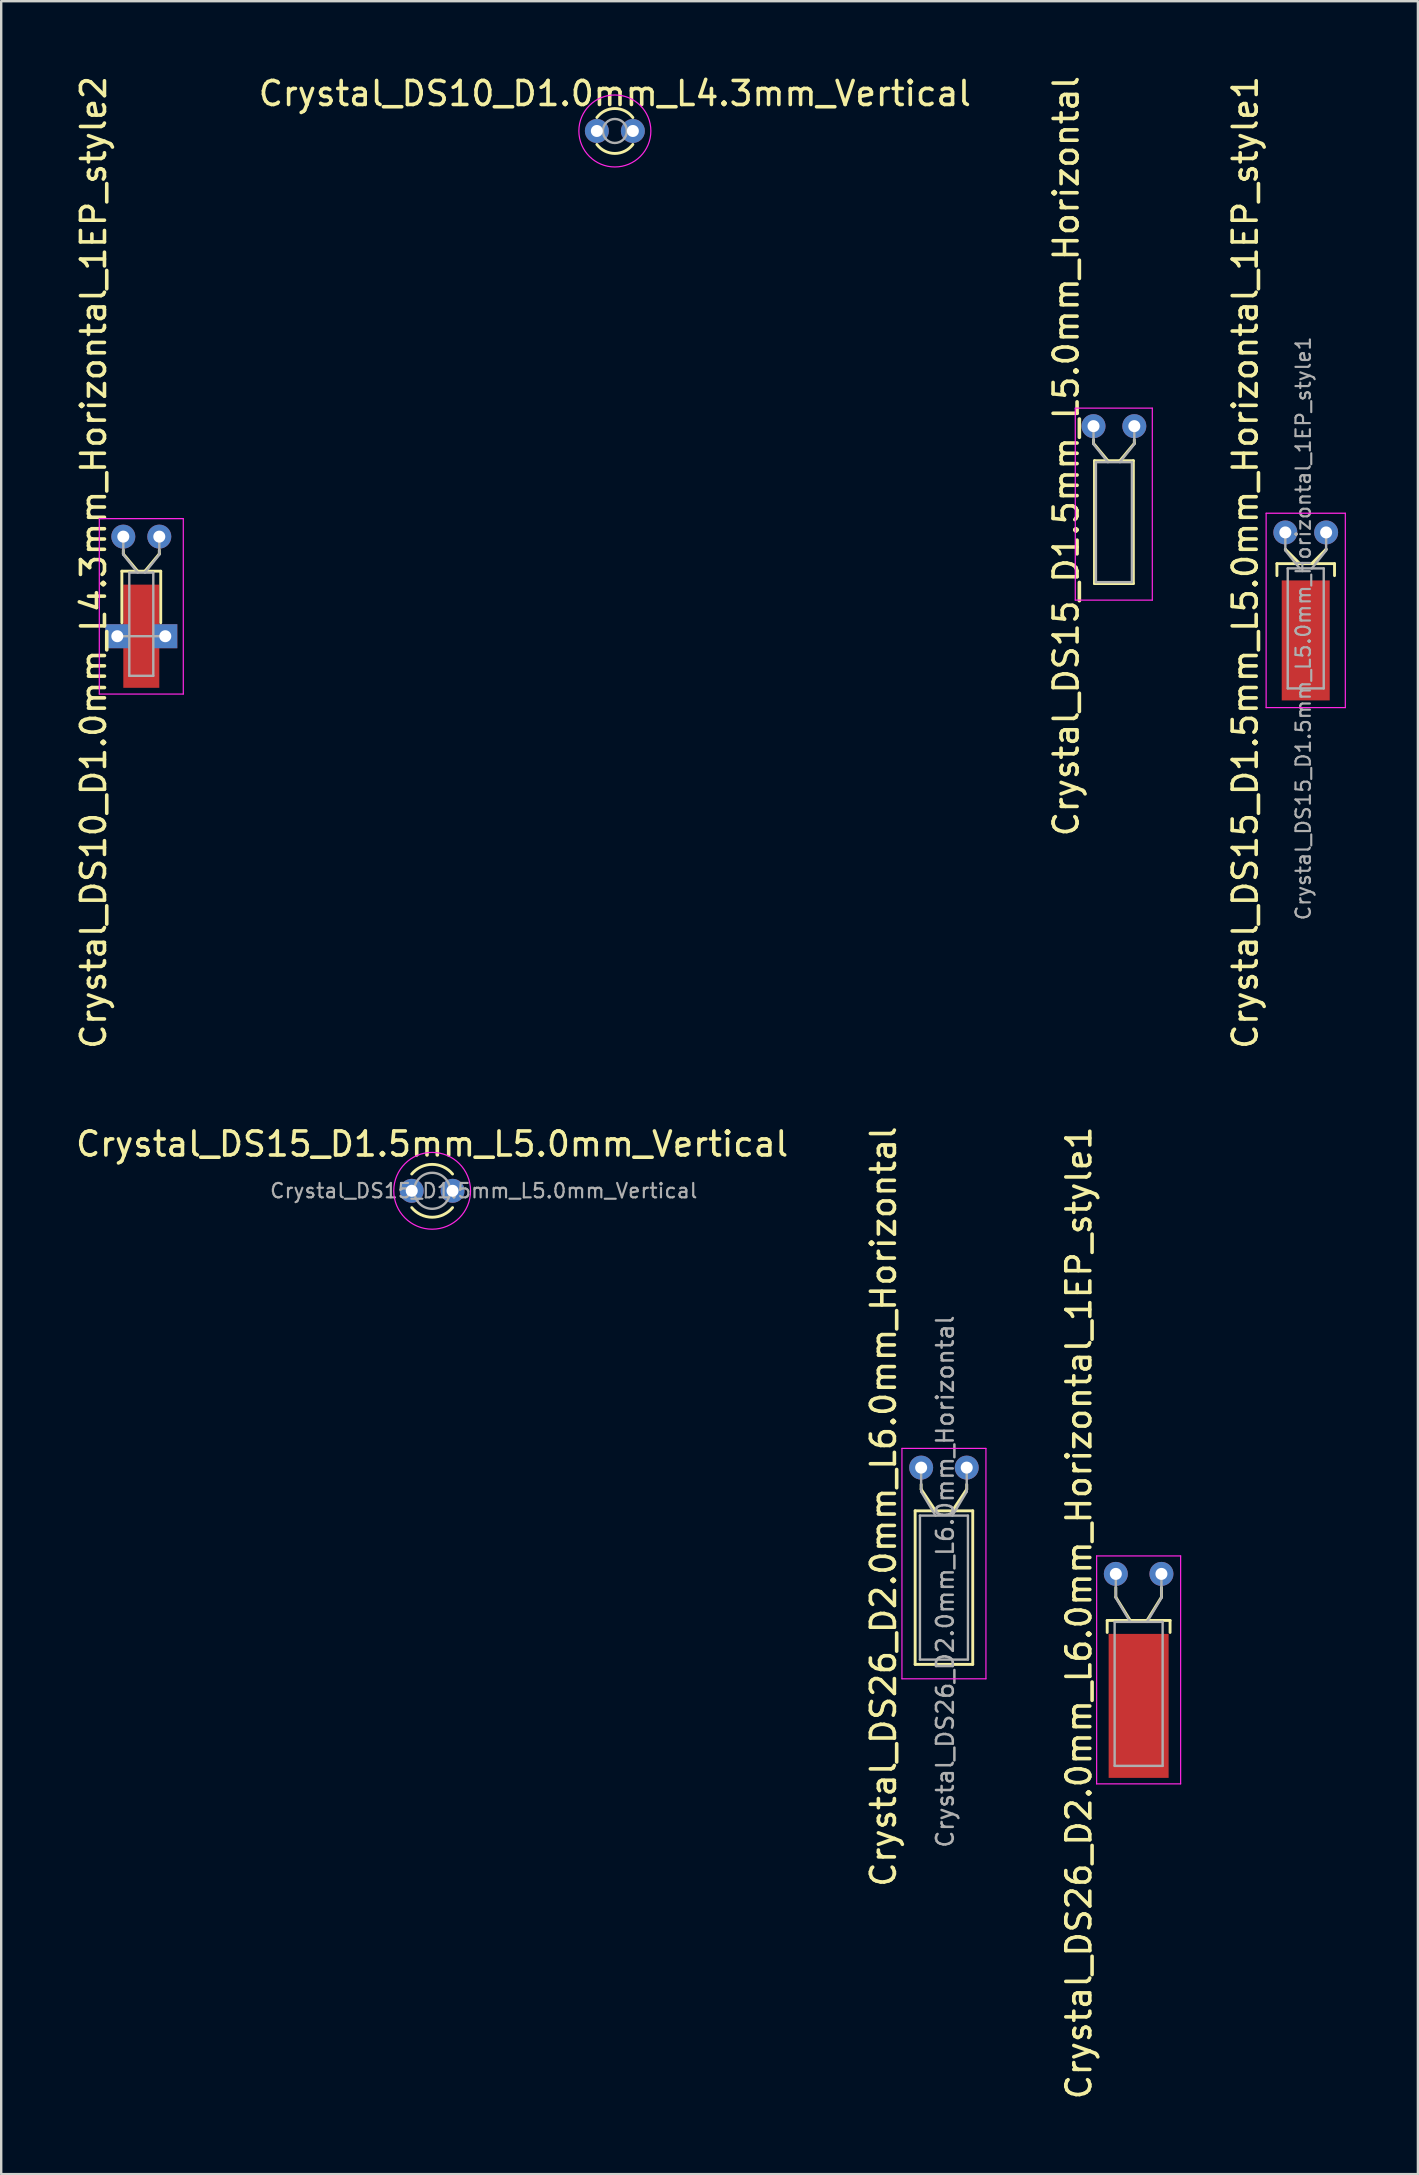
<source format=kicad_pcb>
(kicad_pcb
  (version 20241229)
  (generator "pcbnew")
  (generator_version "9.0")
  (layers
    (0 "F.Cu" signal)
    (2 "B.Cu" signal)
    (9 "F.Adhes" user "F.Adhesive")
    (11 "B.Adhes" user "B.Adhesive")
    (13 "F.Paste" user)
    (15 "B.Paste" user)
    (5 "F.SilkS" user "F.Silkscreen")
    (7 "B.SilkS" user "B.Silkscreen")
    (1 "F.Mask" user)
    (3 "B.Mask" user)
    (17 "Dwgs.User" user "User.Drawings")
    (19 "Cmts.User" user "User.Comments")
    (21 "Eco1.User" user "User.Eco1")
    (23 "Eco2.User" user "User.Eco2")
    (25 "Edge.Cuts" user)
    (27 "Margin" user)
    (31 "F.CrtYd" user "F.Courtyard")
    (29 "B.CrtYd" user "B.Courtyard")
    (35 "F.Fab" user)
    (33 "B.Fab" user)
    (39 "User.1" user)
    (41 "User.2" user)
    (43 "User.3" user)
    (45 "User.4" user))
  (footprint "Crystal_DS26_D2.0mm_L6.0mm_Horizontal"
    (layer "F.Cu")
    (at 35.335 58.107)
    (property "Reference" "Crystal_DS26_D2.0mm_L6.0mm_Horizontal" (at -1.57 1.625 90) (layer "F.SilkS") (effects (font (size 1 1) (thickness 0.15))))
    (attr through_hole)
    (fp_line (start -0.25 1.8) (end -0.25 8.2) (stroke (width 0.12) (type solid)) (layer "F.SilkS"))
    (fp_line (start -0.25 8.2) (end 2.15 8.2) (stroke (width 0.12) (type solid)) (layer "F.SilkS"))
    (fp_line (start 0 0.9) (end 0 0.7) (stroke (width 0.12) (type solid)) (layer "F.SilkS"))
    (fp_line (start 0.6 1.8) (end 0 0.9) (stroke (width 0.12) (type solid)) (layer "F.SilkS"))
    (fp_line (start 1.3 1.8) (end 1.9 0.9) (stroke (width 0.12) (type solid)) (layer "F.SilkS"))
    (fp_line (start 1.9 0.9) (end 1.9 0.7) (stroke (width 0.12) (type solid)) (layer "F.SilkS"))
    (fp_line (start 2.15 1.8) (end -0.25 1.8) (stroke (width 0.12) (type solid)) (layer "F.SilkS"))
    (fp_line (start 2.15 8.2) (end 2.15 1.8) (stroke (width 0.12) (type solid)) (layer "F.SilkS"))
    (fp_line (start -0.8 -0.8) (end -0.8 8.8) (stroke (width 0.05) (type solid)) (layer "F.CrtYd"))
    (fp_line (start -0.8 8.8) (end 2.7 8.8) (stroke (width 0.05) (type solid)) (layer "F.CrtYd"))
    (fp_line (start 2.7 -0.8) (end -0.8 -0.8) (stroke (width 0.05) (type solid)) (layer "F.CrtYd"))
    (fp_line (start 2.7 8.8) (end 2.7 -0.8) (stroke (width 0.05) (type solid)) (layer "F.CrtYd"))
    (fp_line (start -0.05 2) (end -0.05 8) (stroke (width 0.1) (type solid)) (layer "F.Fab"))
    (fp_line (start -0.05 8) (end 1.95 8) (stroke (width 0.1) (type solid)) (layer "F.Fab"))
    (fp_line (start 0 1) (end 0 0) (stroke (width 0.1) (type solid)) (layer "F.Fab"))
    (fp_line (start 0.6 2) (end 0 1) (stroke (width 0.1) (type solid)) (layer "F.Fab"))
    (fp_line (start 1.3 2) (end 1.9 1) (stroke (width 0.1) (type solid)) (layer "F.Fab"))
    (fp_line (start 1.9 1) (end 1.9 0) (stroke (width 0.1) (type solid)) (layer "F.Fab"))
    (fp_line (start 1.95 2) (end -0.05 2) (stroke (width 0.1) (type solid)) (layer "F.Fab"))
    (fp_line (start 1.95 8) (end 1.95 2) (stroke (width 0.1) (type solid)) (layer "F.Fab"))
    (fp_text user "${REFERENCE}" (at 1 4.75 90) (layer "F.Fab") (effects (font (size 0.7 0.7) (thickness 0.105))))
    (pad "1" thru_hole circle (at 0 0) (size 1 1) (drill 0.5) (layers "*.Cu" "*.Mask"))
    (pad "2" thru_hole circle (at 1.9 0) (size 1 1) (drill 0.5) (layers "*.Cu" "*.Mask")))
  (footprint "Crystal_DS10_D1.0mm_L4.3mm_Vertical"
    (layer "F.Cu")
    (at 21.822 2.408)
    (property "Reference" "Crystal_DS10_D1.0mm_L4.3mm_Vertical" (at 0.75 -1.56 0) (layer "F.SilkS") (effects (font (size 1 1) (thickness 0.15))))
    (attr through_hole)
    (fp_arc (start 0 -0.56) (mid 0.749982 -0.936002) (end 1.499979 -0.560028) (stroke (width 0.12) (type solid)) (layer "F.SilkS"))
    (fp_arc (start 1.499979 0.560028) (mid 0.749982 0.936002) (end 0 0.56) (stroke (width 0.12) (type solid)) (layer "F.SilkS"))
    (fp_circle (center 0.75 0) (end 2.25 0) (stroke (width 0.05) (type solid)) (fill no) (layer "F.CrtYd"))
    (fp_circle (center 0.75 0) (end 1.25 0) (stroke (width 0.1) (type solid)) (fill no) (layer "F.Fab"))
    (pad "1" thru_hole circle (at 0 0) (size 1 1) (drill 0.5) (layers "*.Cu" "*.Mask"))
    (pad "2" thru_hole circle (at 1.5 0) (size 1 1) (drill 0.5) (layers "*.Cu" "*.Mask")))
  (footprint "Crystal_DS15_D1.5mm_L5.0mm_Horizontal"
    (layer "F.Cu")
    (at 42.518 14.708)
    (property "Reference" "Crystal_DS15_D1.5mm_L5.0mm_Horizontal" (at -1.14 1.25 90) (layer "F.SilkS") (effects (font (size 1 1) (thickness 0.15))))
    (attr through_hole)
    (fp_line (start 0 0.72) (end 0 0.56) (stroke (width 0.12) (type solid)) (layer "F.SilkS"))
    (fp_line (start 0.04 1.44) (end 0.04 6.56) (stroke (width 0.12) (type solid)) (layer "F.SilkS"))
    (fp_line (start 0.04 6.56) (end 1.66 6.56) (stroke (width 0.12) (type solid)) (layer "F.SilkS"))
    (fp_line (start 0.6 1.44) (end 0 0.72) (stroke (width 0.12) (type solid)) (layer "F.SilkS"))
    (fp_line (start 1.1 1.44) (end 1.7 0.72) (stroke (width 0.12) (type solid)) (layer "F.SilkS"))
    (fp_line (start 1.66 1.44) (end 0.04 1.44) (stroke (width 0.12) (type solid)) (layer "F.SilkS"))
    (fp_line (start 1.66 6.56) (end 1.66 1.44) (stroke (width 0.12) (type solid)) (layer "F.SilkS"))
    (fp_line (start 1.7 0.72) (end 1.7 0.56) (stroke (width 0.12) (type solid)) (layer "F.SilkS"))
    (fp_line (start -0.76 -0.75) (end -0.76 7.25) (stroke (width 0.05) (type solid)) (layer "F.CrtYd"))
    (fp_line (start -0.76 7.25) (end 2.45 7.25) (stroke (width 0.05) (type solid)) (layer "F.CrtYd"))
    (fp_line (start 2.45 -0.75) (end -0.76 -0.75) (stroke (width 0.05) (type solid)) (layer "F.CrtYd"))
    (fp_line (start 2.45 7.25) (end 2.45 -0.75) (stroke (width 0.05) (type solid)) (layer "F.CrtYd"))
    (fp_line (start 0 0.75) (end 0 0) (stroke (width 0.1) (type solid)) (layer "F.Fab"))
    (fp_line (start 0.1 1.5) (end 0.1 6.5) (stroke (width 0.1) (type solid)) (layer "F.Fab"))
    (fp_line (start 0.1 6.5) (end 1.6 6.5) (stroke (width 0.1) (type solid)) (layer "F.Fab"))
    (fp_line (start 0.6 1.5) (end 0 0.75) (stroke (width 0.1) (type solid)) (layer "F.Fab"))
    (fp_line (start 1.1 1.5) (end 1.7 0.75) (stroke (width 0.1) (type solid)) (layer "F.Fab"))
    (fp_line (start 1.6 1.5) (end 0.1 1.5) (stroke (width 0.1) (type solid)) (layer "F.Fab"))
    (fp_line (start 1.6 6.5) (end 1.6 1.5) (stroke (width 0.1) (type solid)) (layer "F.Fab"))
    (fp_line (start 1.7 0.75) (end 1.7 0) (stroke (width 0.1) (type solid)) (layer "F.Fab"))
    (pad "1" thru_hole circle (at 0 0) (size 1 1) (drill 0.5) (layers "*.Cu" "*.Mask"))
    (pad "2" thru_hole circle (at 1.7 0) (size 1 1) (drill 0.5) (layers "*.Cu" "*.Mask")))
  (footprint "Crystal_DS15_D1.5mm_L5.0mm_Horizontal_1EP_style1"
    (layer "F.Cu")
    (at 50.511 19.137)
    (property "Reference" "Crystal_DS15_D1.5mm_L5.0mm_Horizontal_1EP_style1" (at -1.67 1.25 90) (layer "F.SilkS") (effects (font (size 1 1) (thickness 0.15))))
    (attr through_hole)
    (fp_line (start -0.35 1.3) (end 2.05 1.3) (stroke (width 0.12) (type solid)) (layer "F.SilkS"))
    (fp_line (start -0.35 1.8) (end -0.35 1.3) (stroke (width 0.12) (type solid)) (layer "F.SilkS"))
    (fp_line (start 0 0.7) (end 0 0.7) (stroke (width 0.12) (type solid)) (layer "F.SilkS"))
    (fp_line (start 0.6 1.3) (end 0 0.7) (stroke (width 0.12) (type solid)) (layer "F.SilkS"))
    (fp_line (start 1.1 1.3) (end 1.7 0.7) (stroke (width 0.12) (type solid)) (layer "F.SilkS"))
    (fp_line (start 1.7 0.7) (end 1.7 0.7) (stroke (width 0.12) (type solid)) (layer "F.SilkS"))
    (fp_line (start 2.05 1.3) (end 2.05 1.8) (stroke (width 0.12) (type solid)) (layer "F.SilkS"))
    (fp_line (start -0.8 -0.8) (end -0.8 7.3) (stroke (width 0.05) (type solid)) (layer "F.CrtYd"))
    (fp_line (start -0.8 7.3) (end 2.5 7.3) (stroke (width 0.05) (type solid)) (layer "F.CrtYd"))
    (fp_line (start 2.5 -0.8) (end -0.8 -0.8) (stroke (width 0.05) (type solid)) (layer "F.CrtYd"))
    (fp_line (start 2.5 7.3) (end 2.5 -0.8) (stroke (width 0.05) (type solid)) (layer "F.CrtYd"))
    (fp_line (start 0 0.75) (end 0 0) (stroke (width 0.1) (type solid)) (layer "F.Fab"))
    (fp_line (start 0.1 1.5) (end 0.1 6.5) (stroke (width 0.1) (type solid)) (layer "F.Fab"))
    (fp_line (start 0.1 6.5) (end 1.6 6.5) (stroke (width 0.1) (type solid)) (layer "F.Fab"))
    (fp_line (start 0.6 1.5) (end 0 0.75) (stroke (width 0.1) (type solid)) (layer "F.Fab"))
    (fp_line (start 1.1 1.5) (end 1.7 0.75) (stroke (width 0.1) (type solid)) (layer "F.Fab"))
    (fp_line (start 1.6 1.5) (end 0.1 1.5) (stroke (width 0.1) (type solid)) (layer "F.Fab"))
    (fp_line (start 1.6 6.5) (end 1.6 1.5) (stroke (width 0.1) (type solid)) (layer "F.Fab"))
    (fp_line (start 1.7 0.75) (end 1.7 0) (stroke (width 0.1) (type solid)) (layer "F.Fab"))
    (fp_text user "${REFERENCE}" (at 0.75 4 90) (layer "F.Fab") (effects (font (size 0.6 0.6) (thickness 0.09))))
    (pad "1" thru_hole circle (at 0 0) (size 1 1) (drill 0.5) (layers "*.Cu" "*.Mask"))
    (pad "2" thru_hole circle (at 1.7 0) (size 1 1) (drill 0.5) (layers "*.Cu" "*.Mask"))
    (pad "3" smd rect (at 0.85 4.5) (size 2 5) (layers "F.Cu" "F.Mask" "F.Paste")))
  (footprint "Crystal_DS10_D1.0mm_L4.3mm_Horizontal_1EP_style2"
    (layer "F.Cu")
    (at 2.088 19.312)
    (property "Reference" "Crystal_DS10_D1.0mm_L4.3mm_Horizontal_1EP_style2" (at -1.24 1.075 90) (layer "F.SilkS") (effects (font (size 1 1) (thickness 0.15))))
    (attr through_hole)
    (fp_line (start -0.06 1.44) (end 1.56 1.44) (stroke (width 0.12) (type solid)) (layer "F.SilkS"))
    (fp_line (start -0.06 3.59) (end -0.06 1.44) (stroke (width 0.12) (type solid)) (layer "F.SilkS"))
    (fp_line (start 0 0.72) (end 0 0.56) (stroke (width 0.12) (type solid)) (layer "F.SilkS"))
    (fp_line (start 0.6 1.44) (end 0 0.72) (stroke (width 0.12) (type solid)) (layer "F.SilkS"))
    (fp_line (start 0.9 1.44) (end 1.5 0.72) (stroke (width 0.12) (type solid)) (layer "F.SilkS"))
    (fp_line (start 1.5 0.72) (end 1.5 0.56) (stroke (width 0.12) (type solid)) (layer "F.SilkS"))
    (fp_line (start 1.56 1.44) (end 1.56 3.59) (stroke (width 0.12) (type solid)) (layer "F.SilkS"))
    (fp_line (start -1 -0.75) (end -1 6.56) (stroke (width 0.05) (type solid)) (layer "F.CrtYd"))
    (fp_line (start -1 6.56) (end 2.5 6.56) (stroke (width 0.05) (type solid)) (layer "F.CrtYd"))
    (fp_line (start 2.5 -0.75) (end -1 -0.75) (stroke (width 0.05) (type solid)) (layer "F.CrtYd"))
    (fp_line (start 2.5 6.56) (end 2.5 -0.75) (stroke (width 0.05) (type solid)) (layer "F.CrtYd"))
    (fp_line (start -0.25 4.15) (end 1.75 4.15) (stroke (width 0.1) (type solid)) (layer "F.Fab"))
    (fp_line (start 0 0.75) (end 0 0) (stroke (width 0.1) (type solid)) (layer "F.Fab"))
    (fp_line (start 0.25 1.5) (end 0.25 5.8) (stroke (width 0.1) (type solid)) (layer "F.Fab"))
    (fp_line (start 0.25 5.8) (end 1.25 5.8) (stroke (width 0.1) (type solid)) (layer "F.Fab"))
    (fp_line (start 0.6 1.5) (end 0 0.75) (stroke (width 0.1) (type solid)) (layer "F.Fab"))
    (fp_line (start 0.9 1.5) (end 1.5 0.75) (stroke (width 0.1) (type solid)) (layer "F.Fab"))
    (fp_line (start 1.25 1.5) (end 0.25 1.5) (stroke (width 0.1) (type solid)) (layer "F.Fab"))
    (fp_line (start 1.25 5.8) (end 1.25 1.5) (stroke (width 0.1) (type solid)) (layer "F.Fab"))
    (fp_line (start 1.5 0.75) (end 1.5 0) (stroke (width 0.1) (type solid)) (layer "F.Fab"))
    (pad "1" thru_hole circle (at 0 0) (size 1 1) (drill 0.5) (layers "*.Cu" "*.Mask"))
    (pad "2" thru_hole circle (at 1.5 0) (size 1 1) (drill 0.5) (layers "*.Cu" "*.Mask"))
    (pad "3" thru_hole rect (at -0.25 4.15) (size 1 1) (drill 0.5) (layers "*.Cu" "*.Mask"))
    (pad "3" smd rect (at 0.75 4.15) (size 1.5 4.3) (layers "F.Cu" "F.Mask"))
    (pad "3" thru_hole rect (at 1.75 4.15) (size 1 1) (drill 0.5) (layers "*.Cu" "*.Mask")))
  (footprint "Crystal_DS15_D1.5mm_L5.0mm_Vertical"
    (layer "F.Cu")
    (at 14.108 46.572)
    (property "Reference" "Crystal_DS15_D1.5mm_L5.0mm_Vertical" (at 0.85 -1.95 0) (layer "F.SilkS") (effects (font (size 1 1) (thickness 0.15))))
    (attr through_hole)
    (fp_arc (start 0 -0.7) (mid 0.850432 -1.101136) (end 1.700549 -0.699333) (stroke (width 0.12) (type solid)) (layer "F.SilkS"))
    (fp_arc (start 1.700549 0.699333) (mid 0.850432 1.101136) (end 0 0.7) (stroke (width 0.12) (type solid)) (layer "F.SilkS"))
    (fp_circle (center 0.85 0) (end 2.45 0) (stroke (width 0.05) (type solid)) (fill no) (layer "F.CrtYd"))
    (fp_circle (center 0.85 0) (end 1.6 0) (stroke (width 0.1) (type solid)) (fill no) (layer "F.Fab"))
    (fp_text user "${REFERENCE}" (at 3 0 0) (layer "F.Fab") (effects (font (size 0.6 0.6) (thickness 0.09))))
    (pad "1" thru_hole circle (at 0 0) (size 1 1) (drill 0.5) (layers "*.Cu" "*.Mask"))
    (pad "2" thru_hole circle (at 1.7 0) (size 1 1) (drill 0.5) (layers "*.Cu" "*.Mask")))
  (footprint "Crystal_DS26_D2.0mm_L6.0mm_Horizontal_1EP_style1"
    (layer "F.Cu")
    (at 43.448 62.536)
    (property "Reference" "Crystal_DS26_D2.0mm_L6.0mm_Horizontal_1EP_style1" (at -1.54 1.625 90) (layer "F.SilkS") (effects (font (size 1 1) (thickness 0.15))))
    (attr through_hole)
    (fp_line (start -0.36 1.94) (end 2.26 1.94) (stroke (width 0.12) (type solid)) (layer "F.SilkS"))
    (fp_line (start -0.36 2.44) (end -0.36 1.94) (stroke (width 0.12) (type solid)) (layer "F.SilkS"))
    (fp_line (start 0 0.97) (end 0 0.56) (stroke (width 0.12) (type solid)) (layer "F.SilkS"))
    (fp_line (start 0.6 1.94) (end 0 0.97) (stroke (width 0.12) (type solid)) (layer "F.SilkS"))
    (fp_line (start 1.3 1.94) (end 1.9 0.97) (stroke (width 0.12) (type solid)) (layer "F.SilkS"))
    (fp_line (start 1.9 0.97) (end 1.9 0.56) (stroke (width 0.12) (type solid)) (layer "F.SilkS"))
    (fp_line (start 2.26 1.94) (end 2.26 2.44) (stroke (width 0.12) (type solid)) (layer "F.SilkS"))
    (fp_line (start -0.8 -0.75) (end -0.8 8.75) (stroke (width 0.05) (type solid)) (layer "F.CrtYd"))
    (fp_line (start -0.8 8.75) (end 2.7 8.75) (stroke (width 0.05) (type solid)) (layer "F.CrtYd"))
    (fp_line (start 2.7 -0.75) (end -0.8 -0.75) (stroke (width 0.05) (type solid)) (layer "F.CrtYd"))
    (fp_line (start 2.7 8.75) (end 2.7 -0.75) (stroke (width 0.05) (type solid)) (layer "F.CrtYd"))
    (fp_line (start -0.05 2) (end -0.05 8) (stroke (width 0.1) (type solid)) (layer "F.Fab"))
    (fp_line (start -0.05 8) (end 1.95 8) (stroke (width 0.1) (type solid)) (layer "F.Fab"))
    (fp_line (start 0 1) (end 0 0) (stroke (width 0.1) (type solid)) (layer "F.Fab"))
    (fp_line (start 0.6 2) (end 0 1) (stroke (width 0.1) (type solid)) (layer "F.Fab"))
    (fp_line (start 1.3 2) (end 1.9 1) (stroke (width 0.1) (type solid)) (layer "F.Fab"))
    (fp_line (start 1.9 1) (end 1.9 0) (stroke (width 0.1) (type solid)) (layer "F.Fab"))
    (fp_line (start 1.95 2) (end -0.05 2) (stroke (width 0.1) (type solid)) (layer "F.Fab"))
    (fp_line (start 1.95 8) (end 1.95 2) (stroke (width 0.1) (type solid)) (layer "F.Fab"))
    (pad "1" thru_hole circle (at 0 0) (size 1 1) (drill 0.5) (layers "*.Cu" "*.Mask"))
    (pad "2" thru_hole circle (at 1.9 0) (size 1 1) (drill 0.5) (layers "*.Cu" "*.Mask"))
    (pad "3" smd rect (at 0.95 5.5) (size 2.5 6) (layers "F.Cu" "F.Mask")))
  (gr_rect
    (start -3 -3)
    (end 56.036 87.548)
    (stroke (width 0.1) (type default))
    (fill no)
    (layer "Edge.Cuts")))
</source>
